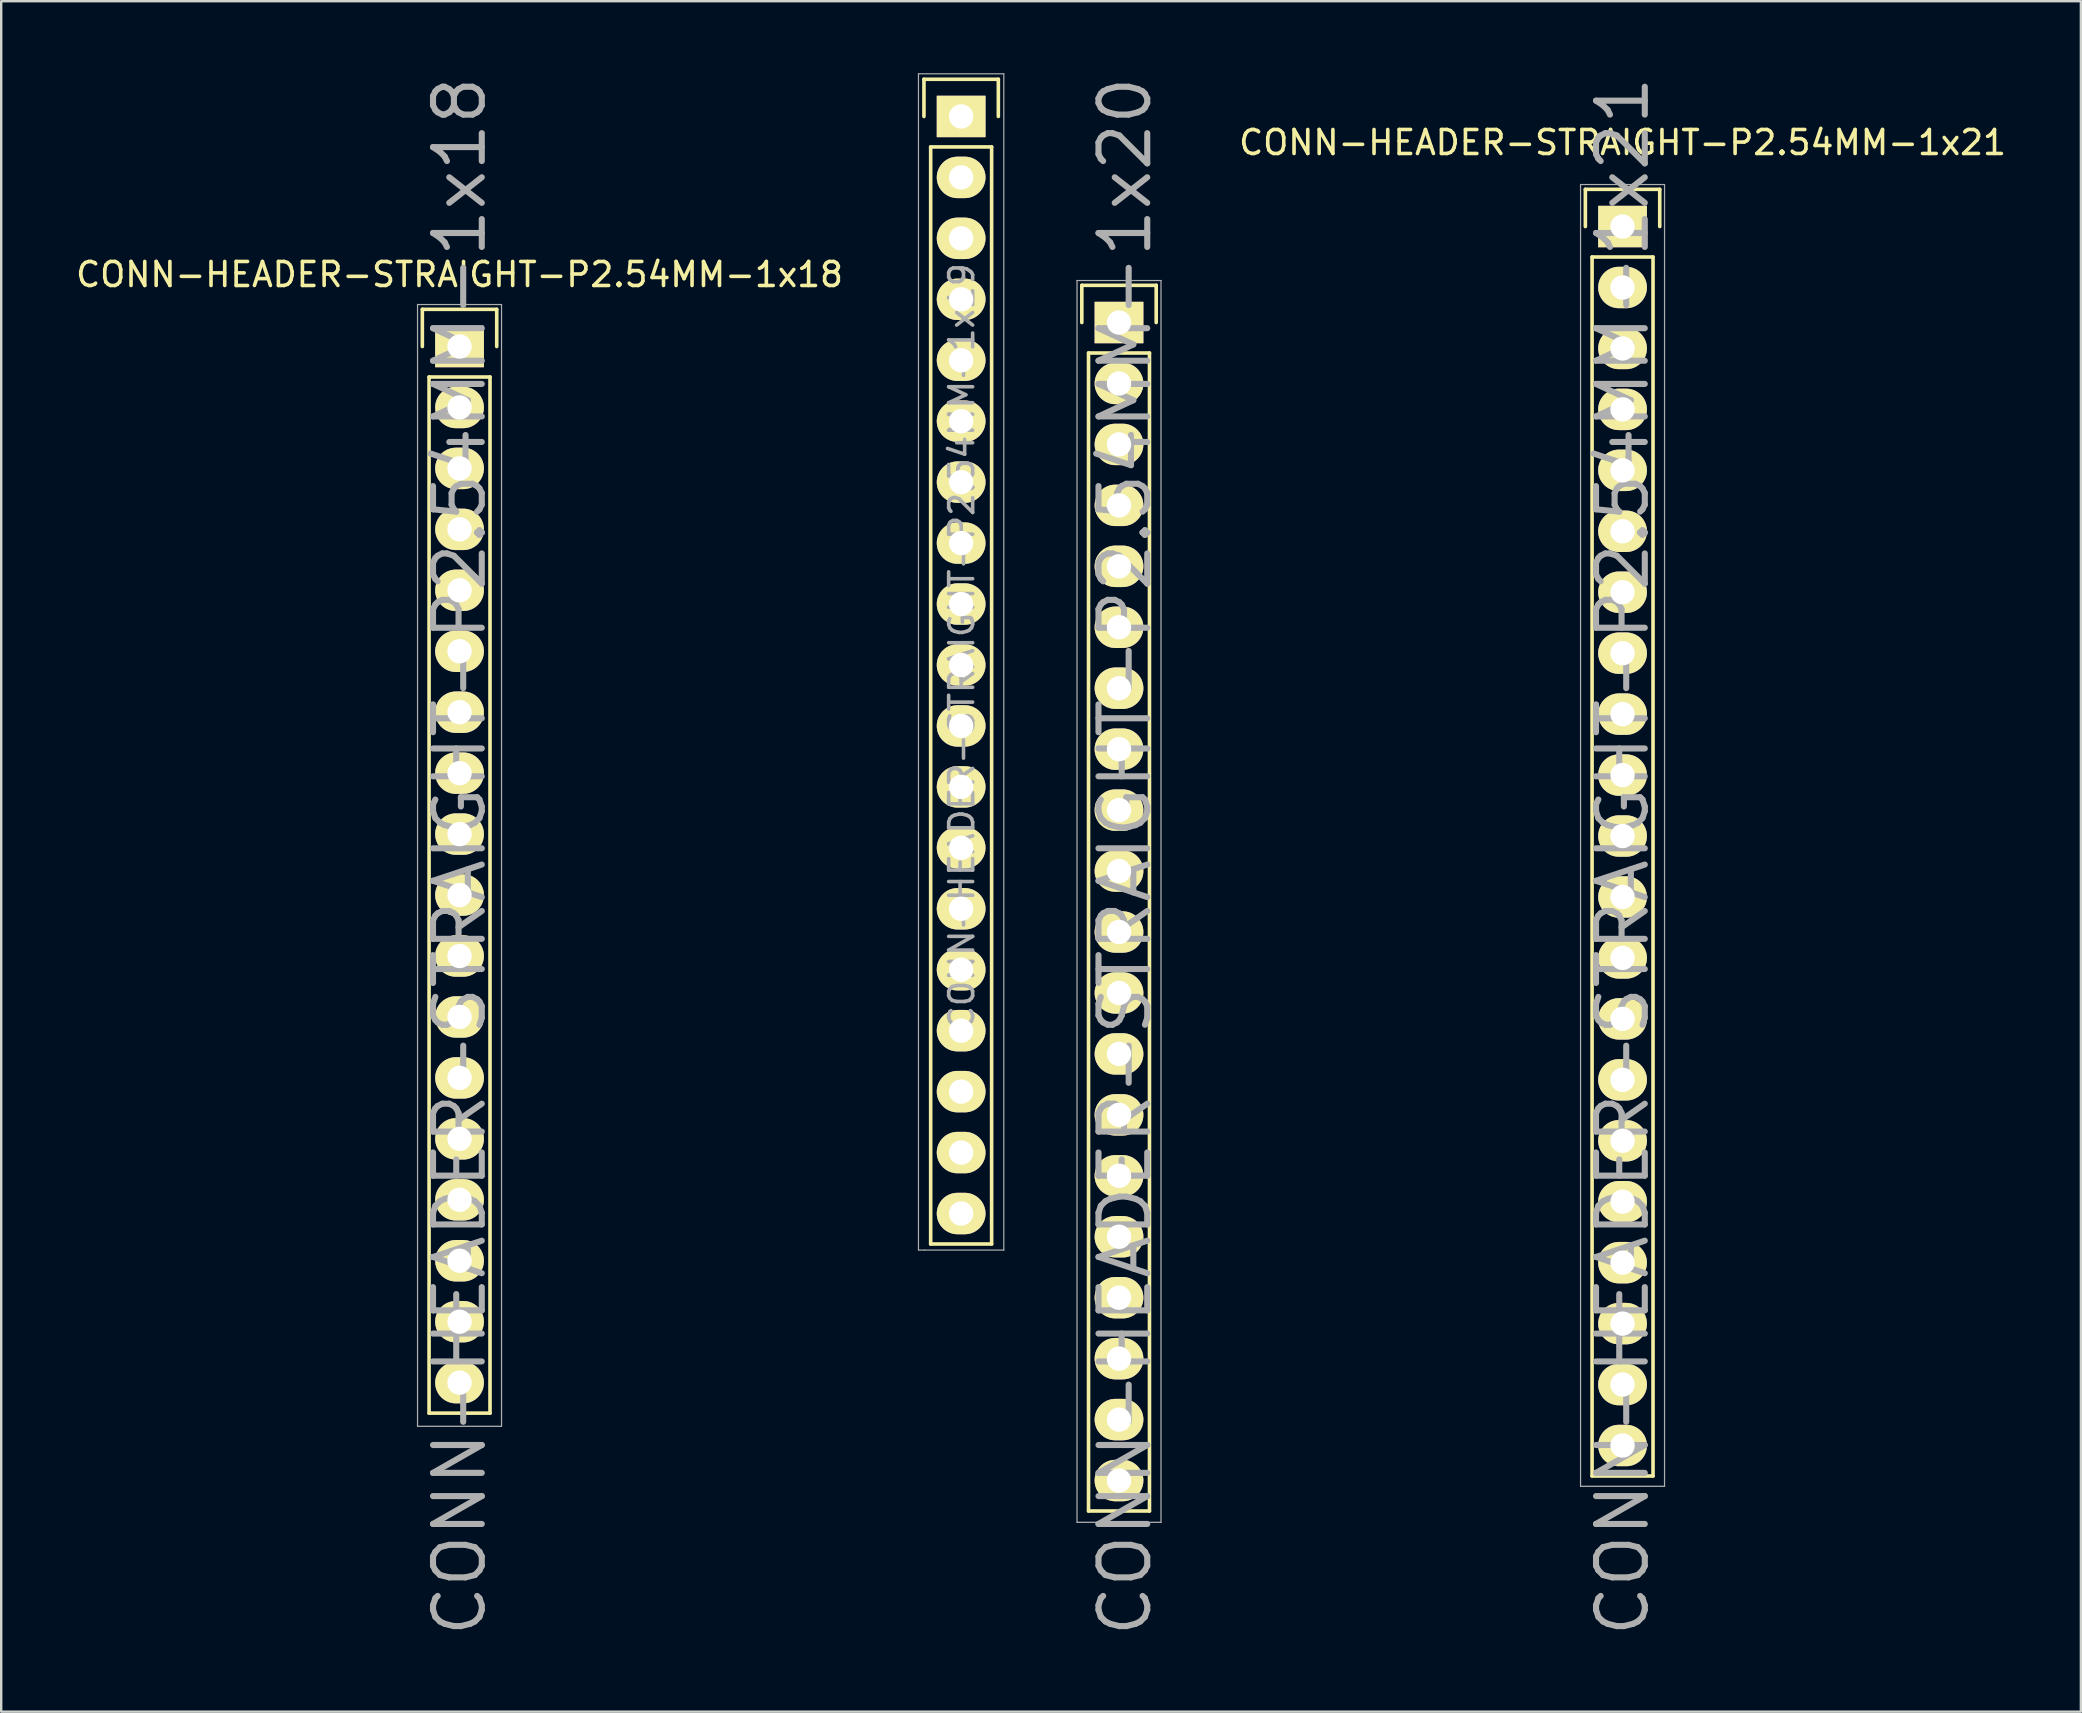
<source format=kicad_pcb>
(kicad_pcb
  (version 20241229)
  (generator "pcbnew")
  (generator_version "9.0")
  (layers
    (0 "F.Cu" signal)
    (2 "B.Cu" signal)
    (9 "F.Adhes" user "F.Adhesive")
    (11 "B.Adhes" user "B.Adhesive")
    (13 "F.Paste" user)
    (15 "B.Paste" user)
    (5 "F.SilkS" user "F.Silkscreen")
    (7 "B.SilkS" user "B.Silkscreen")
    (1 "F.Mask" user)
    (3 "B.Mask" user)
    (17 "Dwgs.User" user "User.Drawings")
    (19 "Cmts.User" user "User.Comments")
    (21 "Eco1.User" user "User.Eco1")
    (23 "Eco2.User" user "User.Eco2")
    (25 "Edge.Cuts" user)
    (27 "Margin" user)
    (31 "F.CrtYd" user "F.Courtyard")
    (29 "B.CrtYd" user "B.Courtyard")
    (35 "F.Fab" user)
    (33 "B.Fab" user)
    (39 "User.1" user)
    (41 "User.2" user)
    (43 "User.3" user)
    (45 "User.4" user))
  (footprint "CONN-HEADER-STRAIGHT-P2.54MM-1x18"
    (layer "F.Cu")
    (at 16.101 11.391)
    (property "Reference" "CONN-HEADER-STRAIGHT-P2.54MM-1x18" (at 0 21.25 90) (layer "F.Fab") (effects (font (size 2.032 2.032) (thickness 0.254))))
    (attr through_hole)
    (fp_line (start -1.55 -1.55) (end 1.55 -1.55) (stroke (width 0.15) (type solid)) (layer "F.SilkS"))
    (fp_line (start -1.55 0) (end -1.55 -1.55) (stroke (width 0.15) (type solid)) (layer "F.SilkS"))
    (fp_line (start -1.27 44.45) (end -1.27 1.27) (stroke (width 0.15) (type solid)) (layer "F.SilkS"))
    (fp_line (start 1.27 1.27) (end -1.27 1.27) (stroke (width 0.15) (type solid)) (layer "F.SilkS"))
    (fp_line (start 1.27 1.27) (end 1.27 44.45) (stroke (width 0.15) (type solid)) (layer "F.SilkS"))
    (fp_line (start 1.27 44.45) (end -1.27 44.45) (stroke (width 0.15) (type solid)) (layer "F.SilkS"))
    (fp_line (start 1.55 -1.55) (end 1.55 0) (stroke (width 0.15) (type solid)) (layer "F.SilkS"))
    (fp_line (start -1.75 -1.75) (end 1.75 -1.75) (stroke (width 0.051) (type solid)) (layer "F.Fab"))
    (fp_line (start -1.75 45) (end -1.75 -1.75) (stroke (width 0.051) (type solid)) (layer "F.Fab"))
    (fp_line (start 1.75 -1.75) (end 1.75 45) (stroke (width 0.051) (type solid)) (layer "F.Fab"))
    (fp_line (start 1.75 45) (end -1.75 45) (stroke (width 0.051) (type solid)) (layer "F.Fab"))
    (fp_text user "${REFERENCE}" (at 0 -3 0) (layer "F.SilkS") (effects (font (size 1 1) (thickness 0.15))))
    (pad "1" thru_hole rect (at 0 0) (size 2.032 1.727) (drill 1.016) (layers "*.Cu" "*.Mask" "F.SilkS"))
    (pad "2" thru_hole oval (at 0 2.54) (size 2.032 1.727) (drill 1.016) (layers "*.Cu" "*.Mask" "F.SilkS"))
    (pad "3" thru_hole oval (at 0 5.08) (size 2.032 1.727) (drill 1.016) (layers "*.Cu" "*.Mask" "F.SilkS"))
    (pad "4" thru_hole oval (at 0 7.62) (size 2.032 1.727) (drill 1.016) (layers "*.Cu" "*.Mask" "F.SilkS"))
    (pad "5" thru_hole oval (at 0 10.16) (size 2.032 1.727) (drill 1.016) (layers "*.Cu" "*.Mask" "F.SilkS"))
    (pad "6" thru_hole oval (at 0 12.7) (size 2.032 1.727) (drill 1.016) (layers "*.Cu" "*.Mask" "F.SilkS"))
    (pad "7" thru_hole oval (at 0 15.24) (size 2.032 1.727) (drill 1.016) (layers "*.Cu" "*.Mask" "F.SilkS"))
    (pad "8" thru_hole oval (at 0 17.78) (size 2.032 1.727) (drill 1.016) (layers "*.Cu" "*.Mask" "F.SilkS"))
    (pad "9" thru_hole oval (at 0 20.32) (size 2.032 1.727) (drill 1.016) (layers "*.Cu" "*.Mask" "F.SilkS"))
    (pad "10" thru_hole oval (at 0 22.86) (size 2.032 1.727) (drill 1.016) (layers "*.Cu" "*.Mask" "F.SilkS"))
    (pad "11" thru_hole oval (at 0 25.4) (size 2.032 1.727) (drill 1.016) (layers "*.Cu" "*.Mask" "F.SilkS"))
    (pad "12" thru_hole oval (at 0 27.94) (size 2.032 1.727) (drill 1.016) (layers "*.Cu" "*.Mask" "F.SilkS"))
    (pad "13" thru_hole oval (at 0 30.48) (size 2.032 1.727) (drill 1.016) (layers "*.Cu" "*.Mask" "F.SilkS"))
    (pad "14" thru_hole oval (at 0 33.02) (size 2.032 1.727) (drill 1.016) (layers "*.Cu" "*.Mask" "F.SilkS"))
    (pad "15" thru_hole oval (at 0 35.56) (size 2.032 1.727) (drill 1.016) (layers "*.Cu" "*.Mask" "F.SilkS"))
    (pad "16" thru_hole oval (at 0 38.1) (size 2.032 1.727) (drill 1.016) (layers "*.Cu" "*.Mask" "F.SilkS"))
    (pad "17" thru_hole oval (at 0 40.64) (size 2.032 1.727) (drill 1.016) (layers "*.Cu" "*.Mask" "F.SilkS"))
    (pad "18" thru_hole oval (at 0 43.18) (size 2.032 1.727) (drill 1.016) (layers "*.Cu" "*.Mask" "F.SilkS")))
  (footprint "CONN-HEADER-STRAIGHT-P2.54MM-1x19"
    (layer "F.Cu")
    (at 37.005 1.803)
    (property "Reference" "CONN-HEADER-STRAIGHT-P2.54MM-1x19" (at 0.025 22.098 90) (layer "F.Fab") (effects (font (size 1 1) (thickness 0.15))))
    (attr through_hole)
    (fp_line (start -1.55 -1.55) (end 1.55 -1.55) (stroke (width 0.15) (type solid)) (layer "F.SilkS"))
    (fp_line (start -1.55 0) (end -1.55 -1.55) (stroke (width 0.15) (type solid)) (layer "F.SilkS"))
    (fp_line (start -1.27 46.99) (end -1.27 1.27) (stroke (width 0.15) (type solid)) (layer "F.SilkS"))
    (fp_line (start 1.27 1.27) (end -1.27 1.27) (stroke (width 0.15) (type solid)) (layer "F.SilkS"))
    (fp_line (start 1.27 1.27) (end 1.27 46.99) (stroke (width 0.15) (type solid)) (layer "F.SilkS"))
    (fp_line (start 1.27 46.99) (end -1.27 46.99) (stroke (width 0.15) (type solid)) (layer "F.SilkS"))
    (fp_line (start 1.55 -1.55) (end 1.55 0) (stroke (width 0.15) (type solid)) (layer "F.SilkS"))
    (fp_line (start -1.778 -1.778) (end -1.778 47.244) (stroke (width 0.05) (type solid)) (layer "F.Fab"))
    (fp_line (start -1.778 -1.778) (end 1.778 -1.778) (stroke (width 0.05) (type solid)) (layer "F.Fab"))
    (fp_line (start -1.778 47.244) (end -1.524 47.244) (stroke (width 0.05) (type solid)) (layer "F.Fab"))
    (fp_line (start 1.778 -1.778) (end 1.778 47.244) (stroke (width 0.05) (type solid)) (layer "F.Fab"))
    (fp_line (start 1.778 47.244) (end -1.524 47.244) (stroke (width 0.05) (type solid)) (layer "F.Fab"))
    (pad "1" thru_hole rect (at 0 0) (size 2.032 1.727) (drill 1.016) (layers "*.Cu" "*.Mask" "F.SilkS"))
    (pad "2" thru_hole oval (at 0 2.54) (size 2.032 1.727) (drill 1.016) (layers "*.Cu" "*.Mask" "F.SilkS"))
    (pad "3" thru_hole oval (at 0 5.08) (size 2.032 1.727) (drill 1.016) (layers "*.Cu" "*.Mask" "F.SilkS"))
    (pad "4" thru_hole oval (at 0 7.62) (size 2.032 1.727) (drill 1.016) (layers "*.Cu" "*.Mask" "F.SilkS"))
    (pad "5" thru_hole oval (at 0 10.16) (size 2.032 1.727) (drill 1.016) (layers "*.Cu" "*.Mask" "F.SilkS"))
    (pad "6" thru_hole oval (at 0 12.7) (size 2.032 1.727) (drill 1.016) (layers "*.Cu" "*.Mask" "F.SilkS"))
    (pad "7" thru_hole oval (at 0 15.24) (size 2.032 1.727) (drill 1.016) (layers "*.Cu" "*.Mask" "F.SilkS"))
    (pad "8" thru_hole oval (at 0 17.78) (size 2.032 1.727) (drill 1.016) (layers "*.Cu" "*.Mask" "F.SilkS"))
    (pad "9" thru_hole oval (at 0 20.32) (size 2.032 1.727) (drill 1.016) (layers "*.Cu" "*.Mask" "F.SilkS"))
    (pad "10" thru_hole oval (at 0 22.86) (size 2.032 1.727) (drill 1.016) (layers "*.Cu" "*.Mask" "F.SilkS"))
    (pad "11" thru_hole oval (at 0 25.4) (size 2.032 1.727) (drill 1.016) (layers "*.Cu" "*.Mask" "F.SilkS"))
    (pad "12" thru_hole oval (at 0 27.94) (size 2.032 1.727) (drill 1.016) (layers "*.Cu" "*.Mask" "F.SilkS"))
    (pad "13" thru_hole oval (at 0 30.48) (size 2.032 1.727) (drill 1.016) (layers "*.Cu" "*.Mask" "F.SilkS"))
    (pad "14" thru_hole oval (at 0 33.02) (size 2.032 1.727) (drill 1.016) (layers "*.Cu" "*.Mask" "F.SilkS"))
    (pad "15" thru_hole oval (at 0 35.56) (size 2.032 1.727) (drill 1.016) (layers "*.Cu" "*.Mask" "F.SilkS"))
    (pad "16" thru_hole oval (at 0 38.1) (size 2.032 1.727) (drill 1.016) (layers "*.Cu" "*.Mask" "F.SilkS"))
    (pad "17" thru_hole oval (at 0 40.64) (size 2.032 1.727) (drill 1.016) (layers "*.Cu" "*.Mask" "F.SilkS"))
    (pad "18" thru_hole oval (at 0 43.18) (size 2.032 1.727) (drill 1.016) (layers "*.Cu" "*.Mask" "F.SilkS"))
    (pad "19" thru_hole oval (at 0 45.72) (size 2.032 1.727) (drill 1.016) (layers "*.Cu" "*.Mask" "F.SilkS")))
  (footprint "CONN-HEADER-STRAIGHT-P2.54MM-1x20"
    (layer "F.Cu")
    (at 43.584 10.391)
    (property "Reference" "CONN-HEADER-STRAIGHT-P2.54MM-1x20" (at 0.25 22.25 90) (layer "F.Fab") (effects (font (size 2.032 2.032) (thickness 0.254))))
    (attr through_hole)
    (fp_line (start -1.55 -1.55) (end 1.55 -1.55) (stroke (width 0.15) (type solid)) (layer "F.SilkS"))
    (fp_line (start -1.55 0) (end -1.55 -1.55) (stroke (width 0.15) (type solid)) (layer "F.SilkS"))
    (fp_line (start -1.27 49.53) (end -1.27 1.27) (stroke (width 0.15) (type solid)) (layer "F.SilkS"))
    (fp_line (start 1.27 1.27) (end -1.27 1.27) (stroke (width 0.15) (type solid)) (layer "F.SilkS"))
    (fp_line (start 1.27 1.27) (end 1.27 49.53) (stroke (width 0.15) (type solid)) (layer "F.SilkS"))
    (fp_line (start 1.27 49.53) (end -1.27 49.53) (stroke (width 0.15) (type solid)) (layer "F.SilkS"))
    (fp_line (start 1.55 -1.55) (end 1.55 0) (stroke (width 0.15) (type solid)) (layer "F.SilkS"))
    (fp_line (start -1.75 -1.75) (end 1.75 -1.75) (stroke (width 0.051) (type solid)) (layer "F.Fab"))
    (fp_line (start -1.75 50) (end -1.75 -1.75) (stroke (width 0.051) (type solid)) (layer "F.Fab"))
    (fp_line (start 1.75 -1.75) (end 1.75 50) (stroke (width 0.051) (type solid)) (layer "F.Fab"))
    (fp_line (start 1.75 50) (end -1.75 50) (stroke (width 0.051) (type solid)) (layer "F.Fab"))
    (pad "1" thru_hole rect (at 0 0) (size 2.032 1.727) (drill 1.016) (layers "*.Cu" "*.Mask" "F.SilkS"))
    (pad "2" thru_hole oval (at 0 2.54) (size 2.032 1.727) (drill 1.016) (layers "*.Cu" "*.Mask" "F.SilkS"))
    (pad "3" thru_hole oval (at 0 5.08) (size 2.032 1.727) (drill 1.016) (layers "*.Cu" "*.Mask" "F.SilkS"))
    (pad "4" thru_hole oval (at 0 7.62) (size 2.032 1.727) (drill 1.016) (layers "*.Cu" "*.Mask" "F.SilkS"))
    (pad "5" thru_hole oval (at 0 10.16) (size 2.032 1.727) (drill 1.016) (layers "*.Cu" "*.Mask" "F.SilkS"))
    (pad "6" thru_hole oval (at 0 12.7) (size 2.032 1.727) (drill 1.016) (layers "*.Cu" "*.Mask" "F.SilkS"))
    (pad "7" thru_hole oval (at 0 15.24) (size 2.032 1.727) (drill 1.016) (layers "*.Cu" "*.Mask" "F.SilkS"))
    (pad "8" thru_hole oval (at 0 17.78) (size 2.032 1.727) (drill 1.016) (layers "*.Cu" "*.Mask" "F.SilkS"))
    (pad "9" thru_hole oval (at 0 20.32) (size 2.032 1.727) (drill 1.016) (layers "*.Cu" "*.Mask" "F.SilkS"))
    (pad "10" thru_hole oval (at 0 22.86) (size 2.032 1.727) (drill 1.016) (layers "*.Cu" "*.Mask" "F.SilkS"))
    (pad "11" thru_hole oval (at 0 25.4) (size 2.032 1.727) (drill 1.016) (layers "*.Cu" "*.Mask" "F.SilkS"))
    (pad "12" thru_hole oval (at 0 27.94) (size 2.032 1.727) (drill 1.016) (layers "*.Cu" "*.Mask" "F.SilkS"))
    (pad "13" thru_hole oval (at 0 30.48) (size 2.032 1.727) (drill 1.016) (layers "*.Cu" "*.Mask" "F.SilkS"))
    (pad "14" thru_hole oval (at 0 33.02) (size 2.032 1.727) (drill 1.016) (layers "*.Cu" "*.Mask" "F.SilkS"))
    (pad "15" thru_hole oval (at 0 35.56) (size 2.032 1.727) (drill 1.016) (layers "*.Cu" "*.Mask" "F.SilkS"))
    (pad "16" thru_hole oval (at 0 38.1) (size 2.032 1.727) (drill 1.016) (layers "*.Cu" "*.Mask" "F.SilkS"))
    (pad "17" thru_hole oval (at 0 40.64) (size 2.032 1.727) (drill 1.016) (layers "*.Cu" "*.Mask" "F.SilkS"))
    (pad "18" thru_hole oval (at 0 43.18) (size 2.032 1.727) (drill 1.016) (layers "*.Cu" "*.Mask" "F.SilkS"))
    (pad "19" thru_hole oval (at 0 45.72) (size 2.032 1.727) (drill 1.016) (layers "*.Cu" "*.Mask" "F.SilkS"))
    (pad "20" thru_hole oval (at 0 48.26) (size 2.032 1.727) (drill 1.016) (layers "*.Cu" "*.Mask" "F.SilkS")))
  (footprint "CONN-HEADER-STRAIGHT-P2.54MM-1x21"
    (layer "F.Cu")
    (at 64.569 6.391)
    (property "Reference" "CONN-HEADER-STRAIGHT-P2.54MM-1x21" (at 0 26.25 90) (layer "F.Fab") (effects (font (size 2.032 2.032) (thickness 0.254))))
    (attr through_hole)
    (fp_line (start -1.55 -1.55) (end 1.55 -1.55) (stroke (width 0.15) (type solid)) (layer "F.SilkS"))
    (fp_line (start -1.55 0) (end -1.55 -1.55) (stroke (width 0.15) (type solid)) (layer "F.SilkS"))
    (fp_line (start -1.27 52.07) (end -1.27 1.27) (stroke (width 0.15) (type solid)) (layer "F.SilkS"))
    (fp_line (start 1.27 1.27) (end -1.27 1.27) (stroke (width 0.15) (type solid)) (layer "F.SilkS"))
    (fp_line (start 1.27 1.27) (end 1.27 52.07) (stroke (width 0.15) (type solid)) (layer "F.SilkS"))
    (fp_line (start 1.27 52.07) (end -1.27 52.07) (stroke (width 0.15) (type solid)) (layer "F.SilkS"))
    (fp_line (start 1.55 -1.55) (end 1.55 0) (stroke (width 0.15) (type solid)) (layer "F.SilkS"))
    (fp_line (start -1.75 -1.75) (end 1.75 -1.75) (stroke (width 0.051) (type solid)) (layer "F.Fab"))
    (fp_line (start -1.75 52.5) (end -1.75 -1.75) (stroke (width 0.051) (type solid)) (layer "F.Fab"))
    (fp_line (start 1.75 -1.75) (end 1.75 52.5) (stroke (width 0.051) (type solid)) (layer "F.Fab"))
    (fp_line (start 1.75 52.5) (end -1.75 52.5) (stroke (width 0.051) (type solid)) (layer "F.Fab"))
    (fp_text user "${REFERENCE}" (at 0 -3.5 0) (layer "F.SilkS") (effects (font (size 1 1) (thickness 0.15))))
    (pad "1" thru_hole rect (at 0 0) (size 2.032 1.727) (drill 1.016) (layers "*.Cu" "*.Mask" "F.SilkS"))
    (pad "2" thru_hole oval (at 0 2.54) (size 2.032 1.727) (drill 1.016) (layers "*.Cu" "*.Mask" "F.SilkS"))
    (pad "3" thru_hole oval (at 0 5.08) (size 2.032 1.727) (drill 1.016) (layers "*.Cu" "*.Mask" "F.SilkS"))
    (pad "4" thru_hole oval (at 0 7.62) (size 2.032 1.727) (drill 1.016) (layers "*.Cu" "*.Mask" "F.SilkS"))
    (pad "5" thru_hole oval (at 0 10.16) (size 2.032 1.727) (drill 1.016) (layers "*.Cu" "*.Mask" "F.SilkS"))
    (pad "6" thru_hole oval (at 0 12.7) (size 2.032 1.727) (drill 1.016) (layers "*.Cu" "*.Mask" "F.SilkS"))
    (pad "7" thru_hole oval (at 0 15.24) (size 2.032 1.727) (drill 1.016) (layers "*.Cu" "*.Mask" "F.SilkS"))
    (pad "8" thru_hole oval (at 0 17.78) (size 2.032 1.727) (drill 1.016) (layers "*.Cu" "*.Mask" "F.SilkS"))
    (pad "9" thru_hole oval (at 0 20.32) (size 2.032 1.727) (drill 1.016) (layers "*.Cu" "*.Mask" "F.SilkS"))
    (pad "10" thru_hole oval (at 0 22.86) (size 2.032 1.727) (drill 1.016) (layers "*.Cu" "*.Mask" "F.SilkS"))
    (pad "11" thru_hole oval (at 0 25.4) (size 2.032 1.727) (drill 1.016) (layers "*.Cu" "*.Mask" "F.SilkS"))
    (pad "12" thru_hole oval (at 0 27.94) (size 2.032 1.727) (drill 1.016) (layers "*.Cu" "*.Mask" "F.SilkS"))
    (pad "13" thru_hole oval (at 0 30.48) (size 2.032 1.727) (drill 1.016) (layers "*.Cu" "*.Mask" "F.SilkS"))
    (pad "14" thru_hole oval (at 0 33.02) (size 2.032 1.727) (drill 1.016) (layers "*.Cu" "*.Mask" "F.SilkS"))
    (pad "15" thru_hole oval (at 0 35.56) (size 2.032 1.727) (drill 1.016) (layers "*.Cu" "*.Mask" "F.SilkS"))
    (pad "16" thru_hole oval (at 0 38.1) (size 2.032 1.727) (drill 1.016) (layers "*.Cu" "*.Mask" "F.SilkS"))
    (pad "17" thru_hole oval (at 0 40.64) (size 2.032 1.727) (drill 1.016) (layers "*.Cu" "*.Mask" "F.SilkS"))
    (pad "18" thru_hole oval (at 0 43.18) (size 2.032 1.727) (drill 1.016) (layers "*.Cu" "*.Mask" "F.SilkS"))
    (pad "19" thru_hole oval (at 0 45.72) (size 2.032 1.727) (drill 1.016) (layers "*.Cu" "*.Mask" "F.SilkS"))
    (pad "20" thru_hole oval (at 0 48.26) (size 2.032 1.727) (drill 1.016) (layers "*.Cu" "*.Mask" "F.SilkS"))
    (pad "21" thru_hole oval (at 0 50.8) (size 2.032 1.727) (drill 1.016) (layers "*.Cu" "*.Mask" "F.SilkS")))
  (gr_rect
    (start -3 -3)
    (end 83.67 68.283)
    (stroke (width 0.1) (type default))
    (fill no)
    (layer "Edge.Cuts")))
</source>
